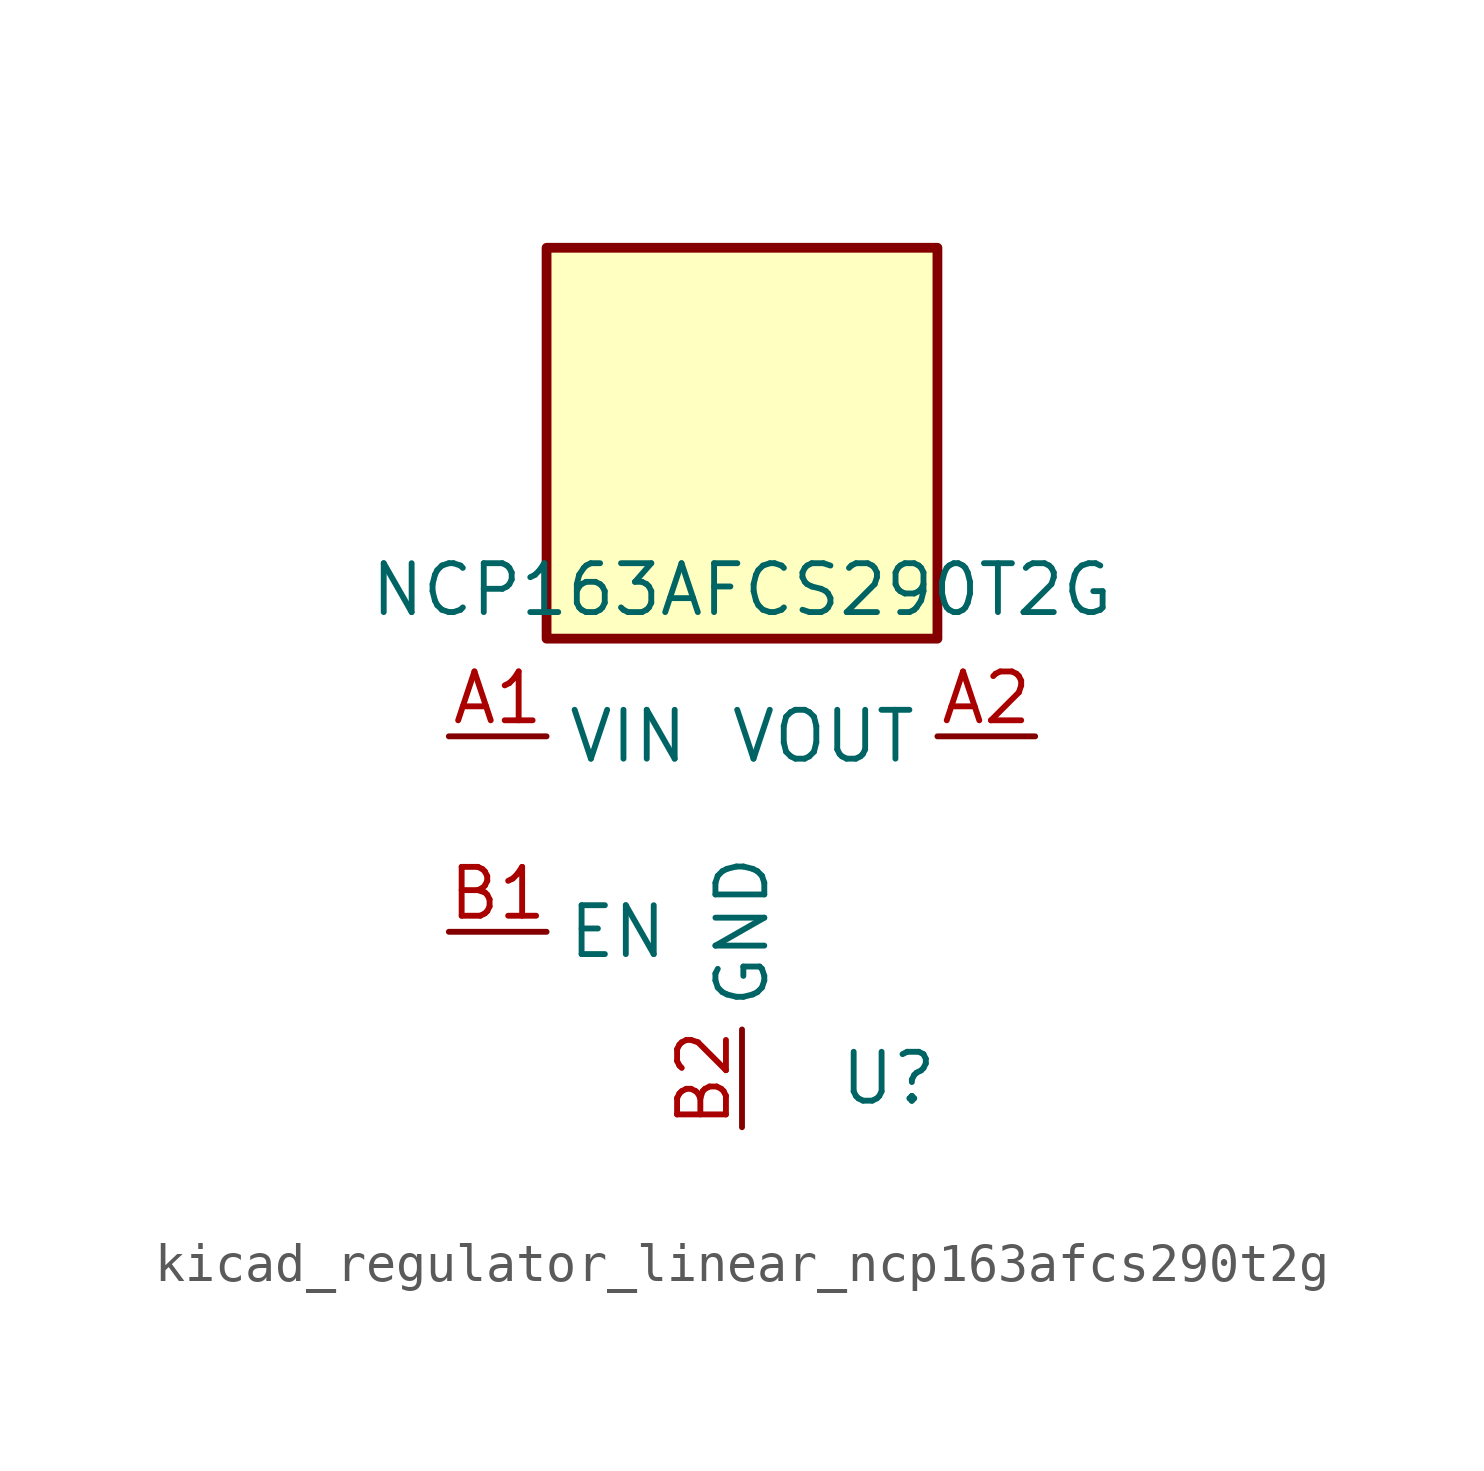
<source format=kicad_sym>
(kicad_symbol_lib
  (version 20220914)
  (generator kicad_symbol_editor)
  (symbol "kicad_regulator_linear_ncp163afcs290t2g"
    (property "Reference" "U"
      (at 3.81 -6.35 0)
      (effects (font (size 1.27 1.27))))
    (property "Value" "NCP163AFCS290T2G"
      (at 0 6.35 0)
      (effects (font (size 1.27 1.27))))
    (symbol "kicad_regulator_linear_ncp163afcs290t2g_0_1"
      (rectangle (start 5.08 15.24) (end -5.08 5.08) (stroke (width 0.254) (type default)) (fill (type background))))
    (symbol "kicad_regulator_linear_ncp163afcs290t2g_1_1"
      (pin power_in line (at -7.62 2.54 0) (length 2.54) (name "VIN" (effects (font (size 1.27 1.27)))) (number "A1" (effects (font (size 1.27 1.27)))))
      (pin power_out line (at 7.62 2.54 180) (length 2.54) (name "VOUT" (effects (font (size 1.27 1.27)))) (number "A2" (effects (font (size 1.27 1.27)))))
      (pin input line (at -7.62 -2.54 0) (length 2.54) (name "EN" (effects (font (size 1.27 1.27)))) (number "B1" (effects (font (size 1.27 1.27)))))
      (pin power_in line (at 0 -7.62 90) (length 2.54) (name "GND" (effects (font (size 1.27 1.27)))) (number "B2" (effects (font (size 1.27 1.27))))))))
</source>
